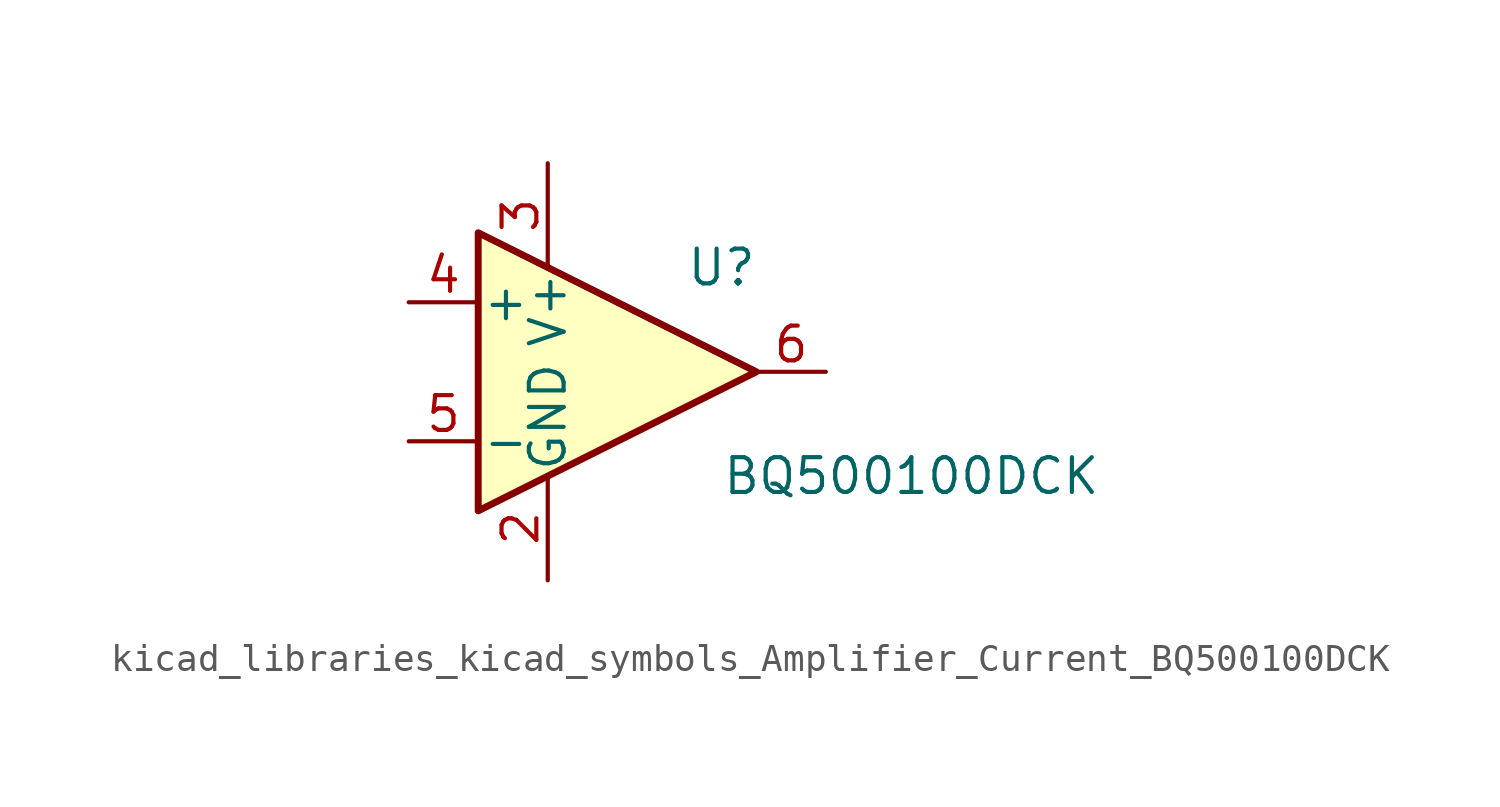
<source format=kicad_sym>
(kicad_symbol_lib
  (version 20220914)
  (generator kicad_symbol_editor)
  (symbol "kicad_libraries_kicad_symbols_Amplifier_Current_BQ500100DCK"
    (pin_names
      (offset 0.127))
    (property "Reference" "U"
      (at 3.81 3.81 0)
      (effects (font (size 1.27 1.27))))
    (property "Value" "BQ500100DCK"
      (at 3.81 -3.81 0)
      (effects (font (size 1.27 1.27)) (justify left)))
    (symbol "kicad_libraries_kicad_symbols_Amplifier_Current_BQ500100DCK_0_1"
      (polyline (pts (xy 5.08 0) (xy -5.08 5.08) (xy -5.08 -5.08) (xy 5.08 0)) (stroke (width 0.254) (type default)) (fill (type background))))
    (symbol "kicad_libraries_kicad_symbols_Amplifier_Current_BQ500100DCK_1_1"
      (pin passive line (at -2.54 -7.62 90) (length 3.81) hide (name "GND" (effects (font (size 1.27 1.27)))) (number "1" (effects (font (size 1.27 1.27)))))
      (pin power_in line (at -2.54 -7.62 90) (length 3.81) (name "GND" (effects (font (size 1.27 1.27)))) (number "2" (effects (font (size 1.27 1.27)))))
      (pin power_in line (at -2.54 7.62 270) (length 3.81) (name "V+" (effects (font (size 1.27 1.27)))) (number "3" (effects (font (size 1.27 1.27)))))
      (pin input line (at -7.62 2.54 0) (length 2.54) (name "+" (effects (font (size 1.27 1.27)))) (number "4" (effects (font (size 1.27 1.27)))))
      (pin input line (at -7.62 -2.54 0) (length 2.54) (name "-" (effects (font (size 1.27 1.27)))) (number "5" (effects (font (size 1.27 1.27)))))
      (pin output line (at 7.62 0 180) (length 2.54) (name "~" (effects (font (size 1.27 1.27)))) (number "6" (effects (font (size 1.27 1.27))))))))
</source>
